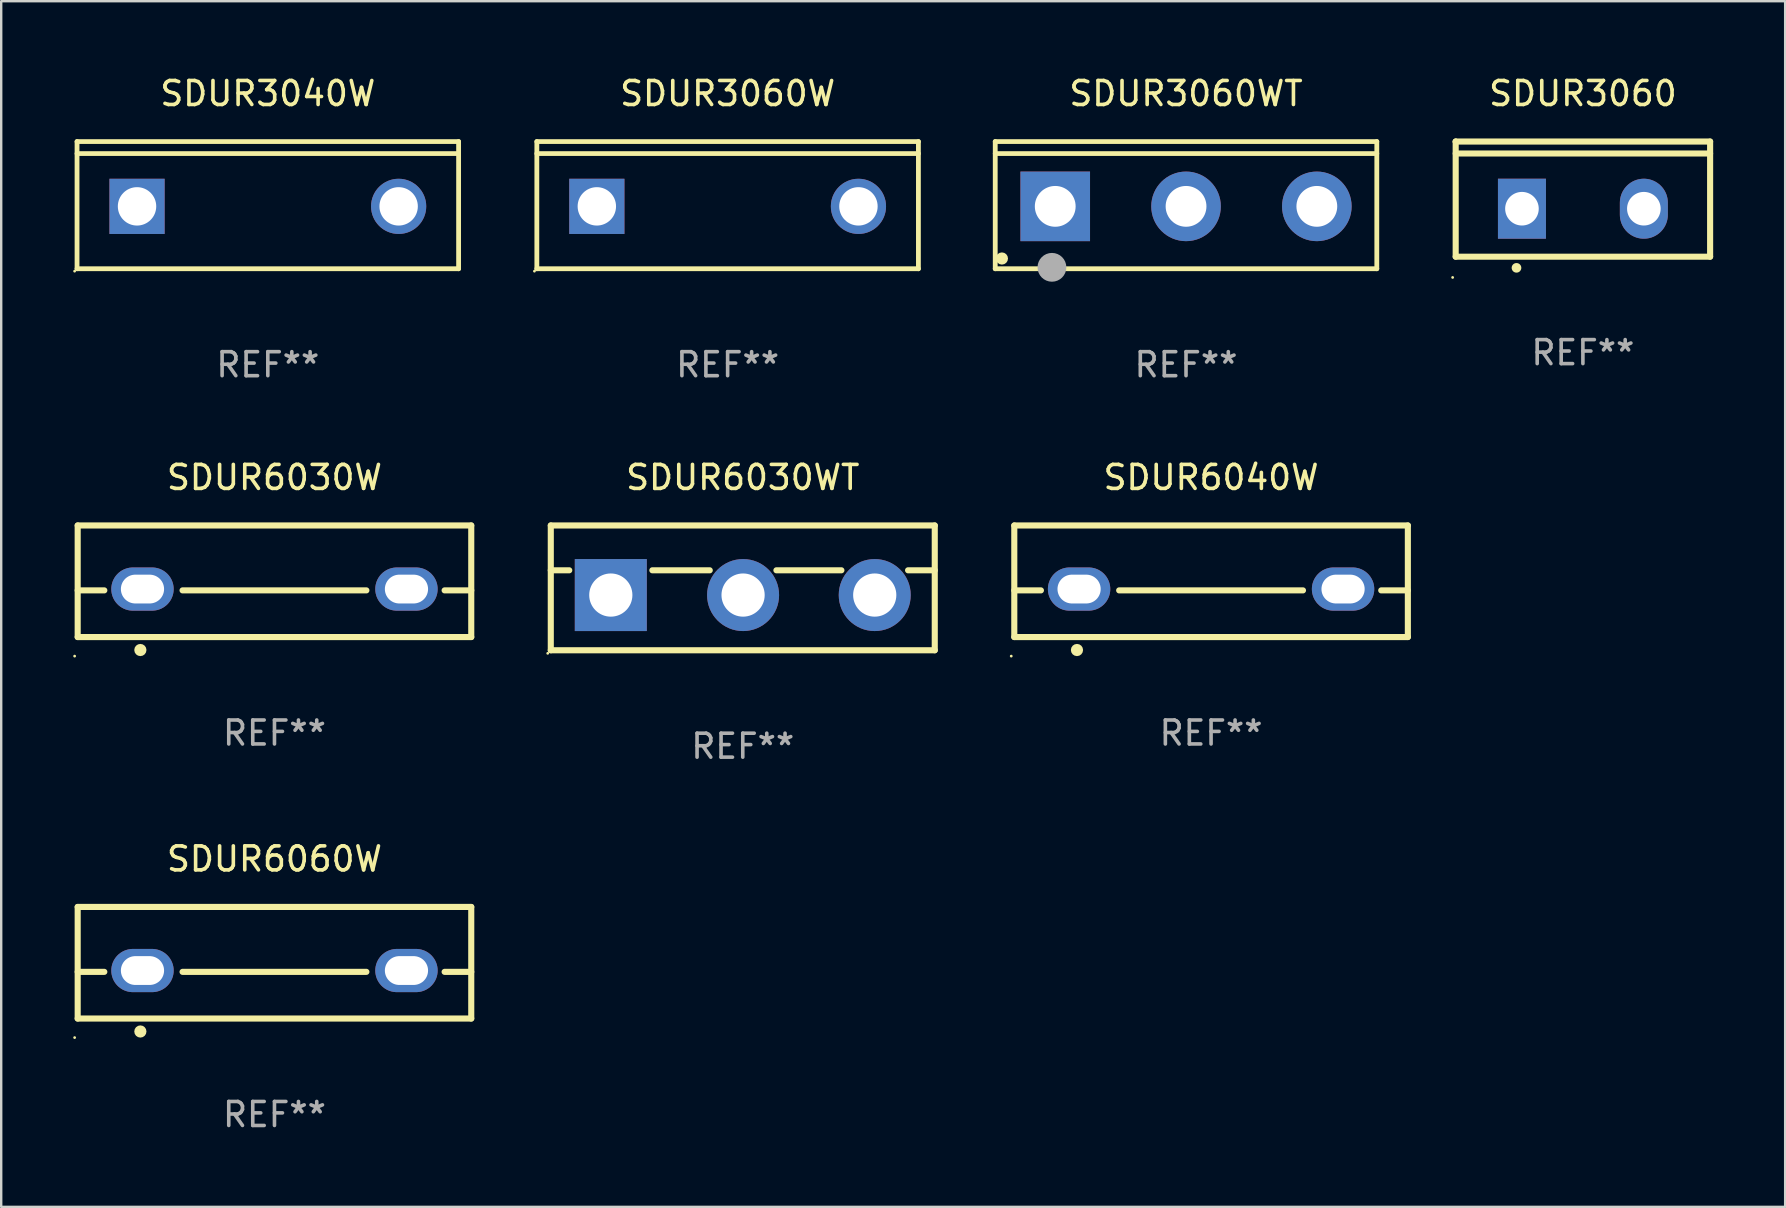
<source format=kicad_pcb>
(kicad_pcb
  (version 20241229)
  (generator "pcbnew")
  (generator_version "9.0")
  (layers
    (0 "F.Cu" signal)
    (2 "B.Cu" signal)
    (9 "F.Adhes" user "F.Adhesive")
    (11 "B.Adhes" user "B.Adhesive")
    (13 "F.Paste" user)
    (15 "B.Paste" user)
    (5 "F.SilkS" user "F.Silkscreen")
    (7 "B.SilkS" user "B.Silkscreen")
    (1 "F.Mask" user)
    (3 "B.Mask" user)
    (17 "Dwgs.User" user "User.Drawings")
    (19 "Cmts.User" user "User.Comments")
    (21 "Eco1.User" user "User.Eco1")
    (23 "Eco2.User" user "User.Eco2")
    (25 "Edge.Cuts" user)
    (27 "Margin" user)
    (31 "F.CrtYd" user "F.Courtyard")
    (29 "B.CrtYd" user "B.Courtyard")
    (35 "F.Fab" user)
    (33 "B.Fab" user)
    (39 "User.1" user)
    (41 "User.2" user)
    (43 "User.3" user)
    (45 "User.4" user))
  (footprint "SDUR6030WT"
    (layer "F.Cu")
    (at 27.901 21.446)
    (property "Reference" "SDUR6030WT" (at 0 -4.6 0) (layer "F.SilkS") (effects (font (size 1 1) (thickness 0.15))))
    (attr through_hole)
    (fp_line (start -8 -2.6) (end -8 2.6) (stroke (width 0.254) (type solid)) (layer "F.SilkS"))
    (fp_line (start -8 -2.6) (end 8 -2.6) (stroke (width 0.254) (type solid)) (layer "F.SilkS"))
    (fp_line (start -8 -0.732) (end -7.23 -0.732) (stroke (width 0.254) (type solid)) (layer "F.SilkS"))
    (fp_line (start -8 2.6) (end 8 2.6) (stroke (width 0.254) (type solid)) (layer "F.SilkS"))
    (fp_line (start -3.768 -0.732) (end -1.376 -0.732) (stroke (width 0.254) (type solid)) (layer "F.SilkS"))
    (fp_line (start 1.402 -0.732) (end 4.11 -0.732) (stroke (width 0.254) (type solid)) (layer "F.SilkS"))
    (fp_line (start 6.888 -0.732) (end 8 -0.732) (stroke (width 0.254) (type solid)) (layer "F.SilkS"))
    (fp_line (start 8 -2.6) (end 8 2.6) (stroke (width 0.254) (type solid)) (layer "F.SilkS"))
    (fp_circle (center -8.127 2.727) (end -8.097 2.727) (stroke (width 0.06) (type solid)) (fill no) (layer "F.SilkS"))
    (fp_text user "REF**" (at 0 6.6 0) (layer "F.Fab") (effects (font (size 1 1) (thickness 0.15))))
    (pad "1" thru_hole rect (at -5.499 0.3) (size 3 3) (drill 1.8) (layers "*.Cu" "*.Mask"))
    (pad "2" thru_hole circle (at 0.013 0.3) (size 3 3) (drill 1.8) (layers "*.Cu" "*.Mask"))
    (pad "3" thru_hole circle (at 5.499 0.3) (size 3 3) (drill 1.8) (layers "*.Cu" "*.Mask")))
  (footprint "SDUR6030W"
    (layer "F.Cu")
    (at 8.387 21.171)
    (property "Reference" "SDUR6030W" (at 0 -4.325 0) (layer "F.SilkS") (effects (font (size 1 1) (thickness 0.15))))
    (attr through_hole)
    (fp_line (start -8.2 -2.325) (end -8.2 2.325) (stroke (width 0.254) (type solid)) (layer "F.SilkS"))
    (fp_line (start -8.2 -2.325) (end 8.2 -2.325) (stroke (width 0.254) (type solid)) (layer "F.SilkS"))
    (fp_line (start -8.2 0.38) (end -7.09 0.38) (stroke (width 0.254) (type solid)) (layer "F.SilkS"))
    (fp_line (start -8.2 2.325) (end 8.2 2.325) (stroke (width 0.254) (type solid)) (layer "F.SilkS"))
    (fp_line (start -3.83 0.38) (end 3.83 0.38) (stroke (width 0.254) (type solid)) (layer "F.SilkS"))
    (fp_line (start 7.09 0.38) (end 8.2 0.38) (stroke (width 0.254) (type solid)) (layer "F.SilkS"))
    (fp_line (start 8.2 -2.325) (end 8.2 2.325) (stroke (width 0.254) (type solid)) (layer "F.SilkS"))
    (fp_circle (center -8.327 3.119) (end -8.297 3.119) (stroke (width 0.06) (type solid)) (fill no) (layer "F.SilkS"))
    (fp_circle (center -5.588 2.865) (end -5.461 2.865) (stroke (width 0.254) (type solid)) (fill no) (layer "F.SilkS"))
    (fp_text user "REF**" (at 0 6.325 0) (layer "F.Fab") (effects (font (size 1 1) (thickness 0.15))))
    (pad "1" thru_hole oval (at -5.5 0.325) (size 2.6 1.8) (drill oval 1.8 1.2) (layers "*.Cu" "*.Mask"))
    (pad "3" thru_hole oval (at 5.5 0.325) (size 2.6 1.8) (drill oval 1.8 1.2) (layers "*.Cu" "*.Mask")))
  (footprint "SDUR3060WT"
    (layer "F.Cu")
    (at 46.371 5.499)
    (property "Reference" "SDUR3060WT" (at 0 -4.65 0) (layer "F.SilkS") (effects (font (size 1 1) (thickness 0.15))))
    (attr through_hole)
    (fp_line (start -7.95 -2.65) (end -7.95 2.65) (stroke (width 0.2) (type solid)) (layer "F.SilkS"))
    (fp_line (start -7.95 -2.15) (end 7.95 -2.15) (stroke (width 0.2) (type solid)) (layer "F.SilkS"))
    (fp_line (start -7.95 2.65) (end 7.95 2.65) (stroke (width 0.2) (type solid)) (layer "F.SilkS"))
    (fp_line (start 7.95 -2.65) (end -7.95 -2.65) (stroke (width 0.2) (type solid)) (layer "F.SilkS"))
    (fp_line (start 7.95 2.65) (end 7.95 -2.65) (stroke (width 0.2) (type solid)) (layer "F.SilkS"))
    (fp_circle (center -7.672 2.223) (end -7.545 2.223) (stroke (width 0.254) (type solid)) (fill no) (layer "F.SilkS"))
    (fp_circle (center -5.587 2.59) (end -5.287 2.59) (stroke (width 0.6) (type solid)) (fill no) (layer "F.Fab"))
    (fp_text user "REF**" (at 0 6.65 0) (layer "F.Fab") (effects (font (size 1 1) (thickness 0.15))))
    (pad "1" thru_hole rect (at -5.45 0.05) (size 2.9 2.9) (drill 1.7) (layers "*.Cu" "*.Mask"))
    (pad "2" thru_hole circle (at 0.001 0.05) (size 2.9 2.9) (drill 1.7) (layers "*.Cu" "*.Mask"))
    (pad "3" thru_hole circle (at 5.451 0.05) (size 2.9 2.9) (drill 1.7) (layers "*.Cu" "*.Mask")))
  (footprint "SDUR3060W"
    (layer "F.Cu")
    (at 27.27 5.499)
    (property "Reference" "SDUR3060W" (at 0 -4.65 0) (layer "F.SilkS") (effects (font (size 1 1) (thickness 0.15))))
    (attr through_hole)
    (fp_line (start -7.95 -2.65) (end -7.95 2.65) (stroke (width 0.2) (type solid)) (layer "F.SilkS"))
    (fp_line (start -7.95 -2.15) (end 7.95 -2.15) (stroke (width 0.2) (type solid)) (layer "F.SilkS"))
    (fp_line (start -7.95 2.65) (end 7.95 2.65) (stroke (width 0.2) (type solid)) (layer "F.SilkS"))
    (fp_line (start 7.95 -2.65) (end -7.95 -2.65) (stroke (width 0.2) (type solid)) (layer "F.SilkS"))
    (fp_line (start 7.95 2.65) (end 7.95 -2.65) (stroke (width 0.2) (type solid)) (layer "F.SilkS"))
    (fp_circle (center -8.05 2.75) (end -8.02 2.75) (stroke (width 0.06) (type solid)) (fill no) (layer "F.SilkS"))
    (fp_text user "REF**" (at 0 6.65 0) (layer "F.Fab") (effects (font (size 1 1) (thickness 0.15))))
    (pad "1" thru_hole rect (at -5.45 0.05) (size 2.3 2.3) (drill 1.6) (layers "*.Cu" "*.Mask"))
    (pad "2" thru_hole circle (at 5.451 0.05) (size 2.3 2.3) (drill 1.6) (layers "*.Cu" "*.Mask")))
  (footprint "SDUR3060"
    (layer "F.Cu")
    (at 62.909 5.247)
    (property "Reference" "SDUR3060" (at 0 -4.399 0) (layer "F.SilkS") (effects (font (size 1 1) (thickness 0.15))))
    (attr through_hole)
    (fp_line (start -5.301 -2.399) (end 5.301 -2.399) (stroke (width 0.254) (type solid)) (layer "F.SilkS"))
    (fp_line (start -5.301 -2.394) (end -5.301 -2.399) (stroke (width 0.254) (type solid)) (layer "F.SilkS"))
    (fp_line (start -5.301 2.399) (end -5.301 -2.394) (stroke (width 0.254) (type solid)) (layer "F.SilkS"))
    (fp_line (start 5.3 -1.9) (end -5.3 -1.9) (stroke (width 0.254) (type solid)) (layer "F.SilkS"))
    (fp_line (start 5.301 -2.399) (end 5.301 2.399) (stroke (width 0.254) (type solid)) (layer "F.SilkS"))
    (fp_line (start 5.301 2.399) (end -5.301 2.399) (stroke (width 0.254) (type solid)) (layer "F.SilkS"))
    (fp_arc (start -2.768606 2.863843) (mid -2.767336 2.863839) (end -2.766066 2.863843) (stroke (width 0.4) (type solid)) (layer "F.SilkS"))
    (fp_circle (center -5.428 3.264) (end -5.398 3.264) (stroke (width 0.06) (type solid)) (fill no) (layer "F.SilkS"))
    (fp_text user "REF**" (at 0 6.399 0) (layer "F.Fab") (effects (font (size 1 1) (thickness 0.15))))
    (pad "1" thru_hole rect (at -2.54 0.4) (size 2 2.5) (drill 1.4) (layers "*.Cu" "*.Mask"))
    (pad "2" thru_hole oval (at 2.54 0.4) (size 2 2.5) (drill 1.4) (layers "*.Cu" "*.Mask")))
  (footprint "SDUR6060W"
    (layer "F.Cu")
    (at 8.387 37.067)
    (property "Reference" "SDUR6060W" (at 0 -4.325 0) (layer "F.SilkS") (effects (font (size 1 1) (thickness 0.15))))
    (attr through_hole)
    (fp_line (start -8.2 -2.325) (end -8.2 2.325) (stroke (width 0.254) (type solid)) (layer "F.SilkS"))
    (fp_line (start -8.2 -2.325) (end 8.2 -2.325) (stroke (width 0.254) (type solid)) (layer "F.SilkS"))
    (fp_line (start -8.2 0.38) (end -7.09 0.38) (stroke (width 0.254) (type solid)) (layer "F.SilkS"))
    (fp_line (start -8.2 2.325) (end 8.2 2.325) (stroke (width 0.254) (type solid)) (layer "F.SilkS"))
    (fp_line (start -3.83 0.38) (end 3.83 0.38) (stroke (width 0.254) (type solid)) (layer "F.SilkS"))
    (fp_line (start 7.09 0.38) (end 8.2 0.38) (stroke (width 0.254) (type solid)) (layer "F.SilkS"))
    (fp_line (start 8.2 -2.325) (end 8.2 2.325) (stroke (width 0.254) (type solid)) (layer "F.SilkS"))
    (fp_circle (center -8.327 3.119) (end -8.297 3.119) (stroke (width 0.06) (type solid)) (fill no) (layer "F.SilkS"))
    (fp_circle (center -5.588 2.865) (end -5.461 2.865) (stroke (width 0.254) (type solid)) (fill no) (layer "F.SilkS"))
    (fp_text user "REF**" (at 0 6.325 0) (layer "F.Fab") (effects (font (size 1 1) (thickness 0.15))))
    (pad "1" thru_hole oval (at -5.5 0.325) (size 2.6 1.8) (drill oval 1.8 1.2) (layers "*.Cu" "*.Mask"))
    (pad "3" thru_hole oval (at 5.5 0.325) (size 2.6 1.8) (drill oval 1.8 1.2) (layers "*.Cu" "*.Mask")))
  (footprint "SDUR6040W"
    (layer "F.Cu")
    (at 47.415 21.171)
    (property "Reference" "SDUR6040W" (at 0 -4.325 0) (layer "F.SilkS") (effects (font (size 1 1) (thickness 0.15))))
    (attr through_hole)
    (fp_line (start -8.2 -2.325) (end -8.2 2.325) (stroke (width 0.254) (type solid)) (layer "F.SilkS"))
    (fp_line (start -8.2 -2.325) (end 8.2 -2.325) (stroke (width 0.254) (type solid)) (layer "F.SilkS"))
    (fp_line (start -8.2 0.38) (end -7.09 0.38) (stroke (width 0.254) (type solid)) (layer "F.SilkS"))
    (fp_line (start -8.2 2.325) (end 8.2 2.325) (stroke (width 0.254) (type solid)) (layer "F.SilkS"))
    (fp_line (start -3.83 0.38) (end 3.83 0.38) (stroke (width 0.254) (type solid)) (layer "F.SilkS"))
    (fp_line (start 7.09 0.38) (end 8.2 0.38) (stroke (width 0.254) (type solid)) (layer "F.SilkS"))
    (fp_line (start 8.2 -2.325) (end 8.2 2.325) (stroke (width 0.254) (type solid)) (layer "F.SilkS"))
    (fp_circle (center -8.327 3.119) (end -8.297 3.119) (stroke (width 0.06) (type solid)) (fill no) (layer "F.SilkS"))
    (fp_circle (center -5.588 2.865) (end -5.461 2.865) (stroke (width 0.254) (type solid)) (fill no) (layer "F.SilkS"))
    (fp_text user "REF**" (at 0 6.325 0) (layer "F.Fab") (effects (font (size 1 1) (thickness 0.15))))
    (pad "1" thru_hole oval (at -5.5 0.325) (size 2.6 1.8) (drill oval 1.8 1.2) (layers "*.Cu" "*.Mask"))
    (pad "3" thru_hole oval (at 5.5 0.325) (size 2.6 1.8) (drill oval 1.8 1.2) (layers "*.Cu" "*.Mask")))
  (footprint "SDUR3040W"
    (layer "F.Cu")
    (at 8.11 5.499)
    (property "Reference" "SDUR3040W" (at 0 -4.65 0) (layer "F.SilkS") (effects (font (size 1 1) (thickness 0.15))))
    (attr through_hole)
    (fp_line (start -7.95 -2.65) (end -7.95 2.65) (stroke (width 0.2) (type solid)) (layer "F.SilkS"))
    (fp_line (start -7.95 -2.15) (end 7.95 -2.15) (stroke (width 0.2) (type solid)) (layer "F.SilkS"))
    (fp_line (start -7.95 2.65) (end 7.95 2.65) (stroke (width 0.2) (type solid)) (layer "F.SilkS"))
    (fp_line (start 7.95 -2.65) (end -7.95 -2.65) (stroke (width 0.2) (type solid)) (layer "F.SilkS"))
    (fp_line (start 7.95 2.65) (end 7.95 -2.65) (stroke (width 0.2) (type solid)) (layer "F.SilkS"))
    (fp_circle (center -8.05 2.75) (end -8.02 2.75) (stroke (width 0.06) (type solid)) (fill no) (layer "F.SilkS"))
    (fp_text user "REF**" (at 0 6.65 0) (layer "F.Fab") (effects (font (size 1 1) (thickness 0.15))))
    (pad "1" thru_hole rect (at -5.45 0.05) (size 2.3 2.3) (drill 1.6) (layers "*.Cu" "*.Mask"))
    (pad "2" thru_hole circle (at 5.451 0.05) (size 2.3 2.3) (drill 1.6) (layers "*.Cu" "*.Mask")))
  (gr_rect
    (start -3 -3)
    (end 71.337 47.241)
    (stroke (width 0.1) (type default))
    (fill no)
    (layer "Edge.Cuts")))
</source>
